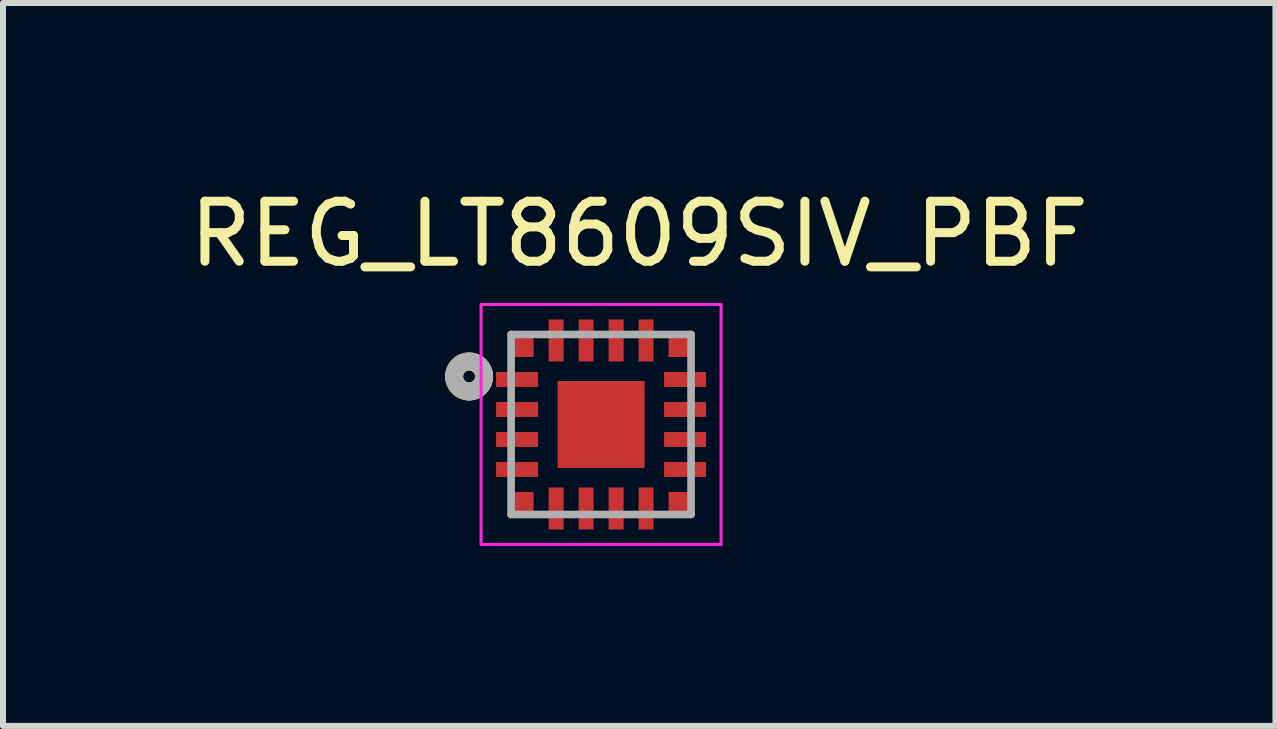
<source format=kicad_pcb>
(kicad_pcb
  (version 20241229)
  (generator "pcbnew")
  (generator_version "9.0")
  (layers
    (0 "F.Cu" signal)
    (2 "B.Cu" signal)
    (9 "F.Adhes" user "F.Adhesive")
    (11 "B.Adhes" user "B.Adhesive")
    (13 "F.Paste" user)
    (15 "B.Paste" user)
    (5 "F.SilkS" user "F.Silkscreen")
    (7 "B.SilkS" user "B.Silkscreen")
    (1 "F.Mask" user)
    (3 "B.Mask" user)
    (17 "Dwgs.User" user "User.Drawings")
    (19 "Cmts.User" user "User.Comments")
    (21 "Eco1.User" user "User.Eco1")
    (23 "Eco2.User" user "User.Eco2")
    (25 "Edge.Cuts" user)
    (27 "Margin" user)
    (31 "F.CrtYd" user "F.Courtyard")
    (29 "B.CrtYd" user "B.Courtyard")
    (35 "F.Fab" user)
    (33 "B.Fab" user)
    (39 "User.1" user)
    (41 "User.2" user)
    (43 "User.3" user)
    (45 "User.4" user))
  (footprint "REG_LT8609SIV_PBF"
    (layer "F.Cu")
    (at 6.969 4.025)
    (property "Reference" "REG_LT8609SIV_PBF" (at 0.635 -3.176 0) (layer "F.SilkS") (effects (font (size 1 1) (thickness 0.15))))
    (attr smd)
    (fp_circle (center -2.2 -0.8) (end -2.1 -0.8) (stroke (width 0.3) (type solid)) (fill no) (layer "F.SilkS"))
    (fp_poly (pts (xy -0.459 -0.459) (xy 0.459 -0.459) (xy 0.459 0.459) (xy -0.459 0.459)) (stroke (width 0.01) (type solid)) (fill yes) (layer "F.Paste"))
    (fp_line (start -2 -2) (end 2 -2) (stroke (width 0.05) (type solid)) (layer "F.CrtYd"))
    (fp_line (start -2 2) (end -2 -2) (stroke (width 0.05) (type solid)) (layer "F.CrtYd"))
    (fp_line (start 2 -2) (end 2 2) (stroke (width 0.05) (type solid)) (layer "F.CrtYd"))
    (fp_line (start 2 2) (end -2 2) (stroke (width 0.05) (type solid)) (layer "F.CrtYd"))
    (fp_line (start -1.5 -1.5) (end 1.5 -1.5) (stroke (width 0.127) (type solid)) (layer "F.Fab"))
    (fp_line (start -1.5 1.5) (end -1.5 -1.5) (stroke (width 0.127) (type solid)) (layer "F.Fab"))
    (fp_line (start 1.5 -1.5) (end 1.5 1.5) (stroke (width 0.127) (type solid)) (layer "F.Fab"))
    (fp_line (start 1.5 1.5) (end -1.5 1.5) (stroke (width 0.127) (type solid)) (layer "F.Fab"))
    (fp_circle (center -2.2 -0.8) (end -2.1 -0.8) (stroke (width 0.3) (type solid)) (fill no) (layer "F.Fab"))
    (pad "1" smd rect (at -1.4 -0.75) (size 0.7 0.25) (layers "F.Cu" "F.Mask" "F.Paste"))
    (pad "2" smd rect (at -1.4 -0.25) (size 0.7 0.25) (layers "F.Cu" "F.Mask" "F.Paste"))
    (pad "3" smd rect (at -1.4 0.25) (size 0.7 0.25) (layers "F.Cu" "F.Mask" "F.Paste"))
    (pad "4" smd rect (at -1.4 0.75) (size 0.7 0.25) (layers "F.Cu" "F.Mask" "F.Paste"))
    (pad "5" smd rect (at -0.75 1.4) (size 0.25 0.7) (layers "F.Cu" "F.Mask" "F.Paste"))
    (pad "6" smd rect (at -0.25 1.4) (size 0.25 0.7) (layers "F.Cu" "F.Mask" "F.Paste"))
    (pad "7" smd rect (at 0.25 1.4) (size 0.25 0.7) (layers "F.Cu" "F.Mask" "F.Paste"))
    (pad "8" smd rect (at 0.75 1.4) (size 0.25 0.7) (layers "F.Cu" "F.Mask" "F.Paste"))
    (pad "9" smd rect (at 1.4 0.75) (size 0.7 0.25) (layers "F.Cu" "F.Mask" "F.Paste"))
    (pad "10" smd rect (at 1.4 0.25) (size 0.7 0.25) (layers "F.Cu" "F.Mask" "F.Paste"))
    (pad "11" smd rect (at 1.4 -0.25) (size 0.7 0.25) (layers "F.Cu" "F.Mask" "F.Paste"))
    (pad "12" smd rect (at 1.4 -0.75) (size 0.7 0.25) (layers "F.Cu" "F.Mask" "F.Paste"))
    (pad "13" smd rect (at 0.75 -1.4) (size 0.25 0.7) (layers "F.Cu" "F.Mask" "F.Paste"))
    (pad "14" smd rect (at 0.25 -1.4) (size 0.25 0.7) (layers "F.Cu" "F.Mask" "F.Paste"))
    (pad "15" smd rect (at -0.25 -1.4) (size 0.25 0.7) (layers "F.Cu" "F.Mask" "F.Paste"))
    (pad "16" smd rect (at -0.75 -1.4) (size 0.25 0.7) (layers "F.Cu" "F.Mask" "F.Paste"))
    (pad "17" smd rect (at 0 0) (size 1.45 1.45) (layers "F.Cu" "F.Mask"))
    (pad "NC1" smd rect (at -1.312 -1.312) (size 0.375 0.375) (layers "F.Cu" "F.Mask" "F.Paste"))
    (pad "NC2" smd rect (at -1.312 1.312) (size 0.375 0.375) (layers "F.Cu" "F.Mask" "F.Paste"))
    (pad "NC3" smd rect (at 1.312 1.312) (size 0.375 0.375) (layers "F.Cu" "F.Mask" "F.Paste"))
    (pad "NC4" smd rect (at 1.312 -1.312) (size 0.375 0.375) (layers "F.Cu" "F.Mask" "F.Paste")))
  (gr_rect
    (start -3 -3)
    (end 18.209 9.05)
    (stroke (width 0.1) (type default))
    (fill no)
    (layer "Edge.Cuts")))
</source>
